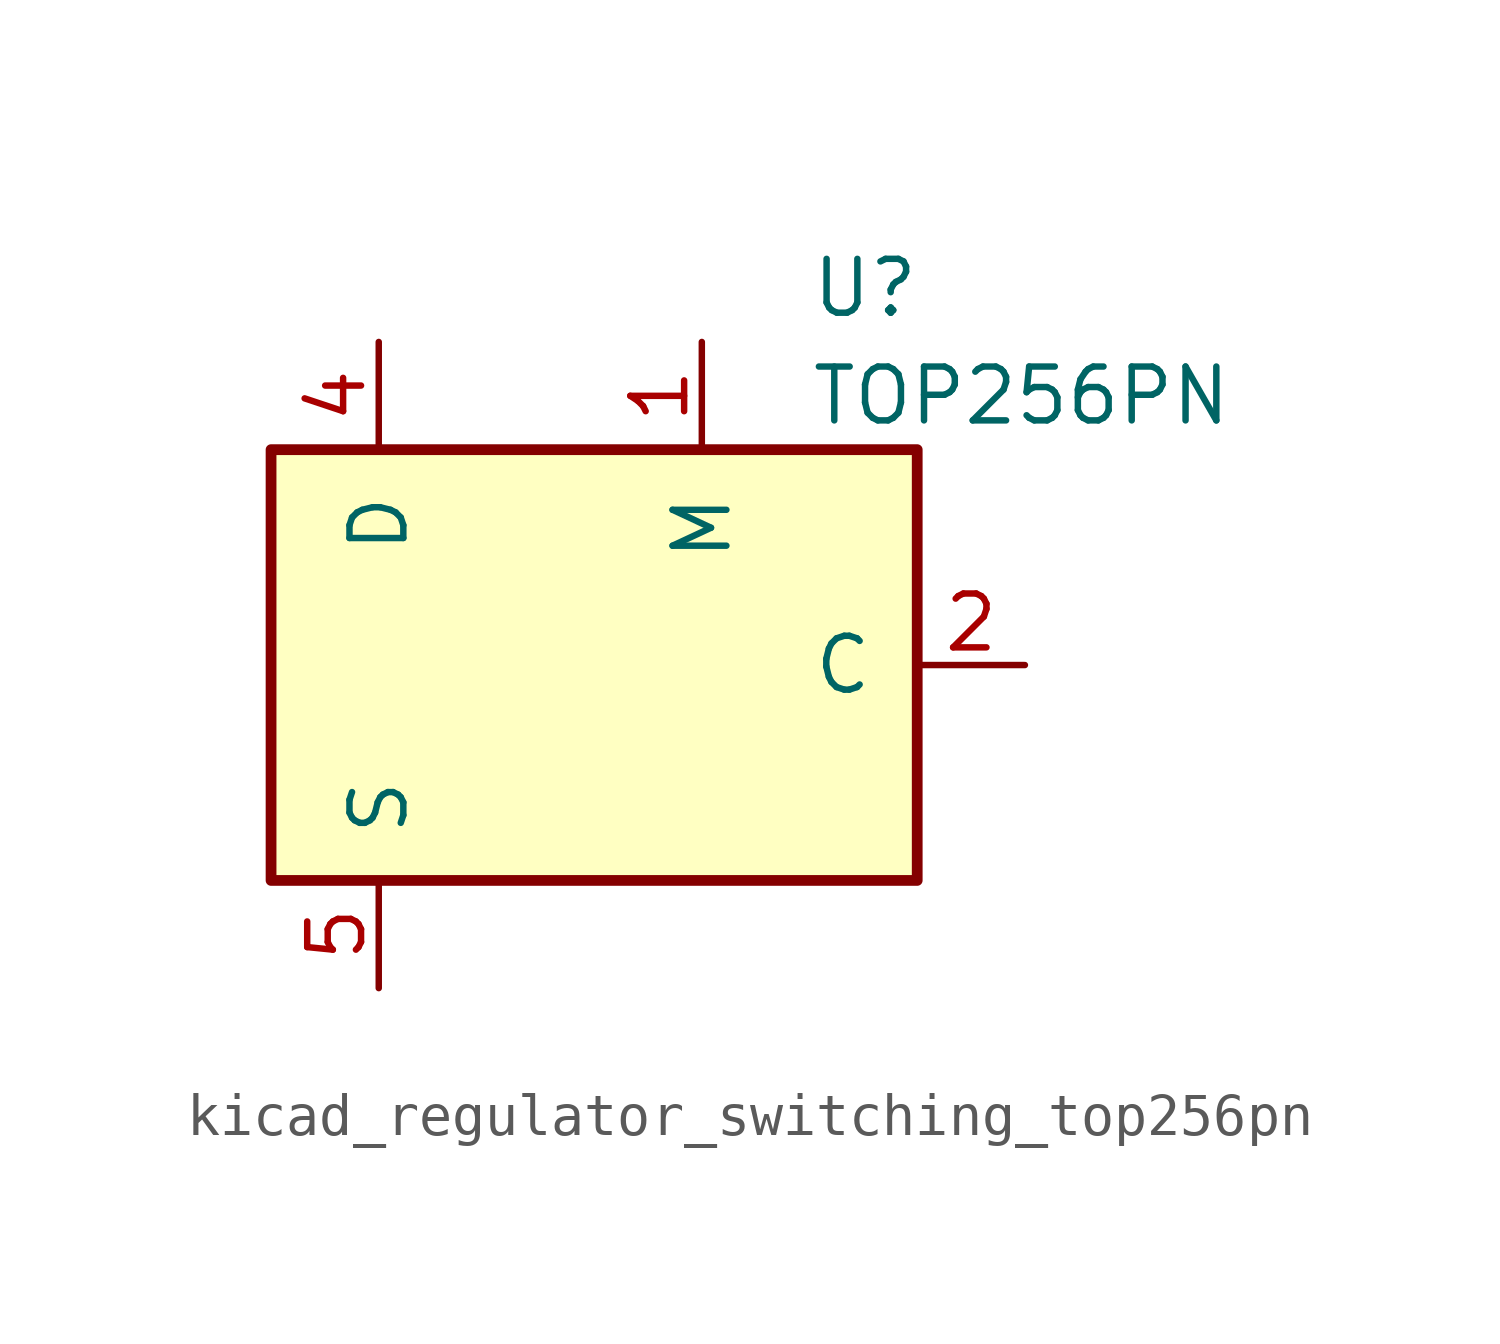
<source format=kicad_sym>
(kicad_symbol_lib
  (version 20220914)
  (generator kicad_symbol_editor)
  (symbol "kicad_regulator_switching_top256pn"
    (pin_names
      (offset 1.016))
    (property "Reference" "U"
      (at 5.08 8.89 0)
      (effects (font (size 1.27 1.27)) (justify left)))
    (property "Value" "TOP256PN"
      (at 5.08 6.35 0)
      (effects (font (size 1.27 1.27)) (justify left)))
    (symbol "kicad_regulator_switching_top256pn_0_1"
      (rectangle (start -7.62 5.08) (end 7.62 -5.08) (stroke (width 0.254) (type default)) (fill (type background))))
    (symbol "kicad_regulator_switching_top256pn_1_1"
      (pin input line (at 2.54 7.62 270) (length 2.54) (name "M" (effects (font (size 1.27 1.27)))) (number "1" (effects (font (size 1.27 1.27)))))
      (pin input line (at 10.16 0 180) (length 2.54) (name "C" (effects (font (size 1.27 1.27)))) (number "2" (effects (font (size 1.27 1.27)))))
      (pin open_collector line (at -5.08 7.62 270) (length 2.54) (name "D" (effects (font (size 1.27 1.27)))) (number "4" (effects (font (size 1.27 1.27)))))
      (pin power_in line (at -5.08 -7.62 90) (length 2.54) (name "S" (effects (font (size 1.27 1.27)))) (number "5" (effects (font (size 1.27 1.27)))))
      (pin passive line (at -5.08 -7.62 90) (length 2.54) hide (name "S" (effects (font (size 1.27 1.27)))) (number "6" (effects (font (size 1.27 1.27)))))
      (pin passive line (at -5.08 -7.62 90) (length 2.54) hide (name "S" (effects (font (size 1.27 1.27)))) (number "7" (effects (font (size 1.27 1.27)))))
      (pin passive line (at -5.08 -7.62 90) (length 2.54) hide (name "S" (effects (font (size 1.27 1.27)))) (number "8" (effects (font (size 1.27 1.27))))))))
</source>
